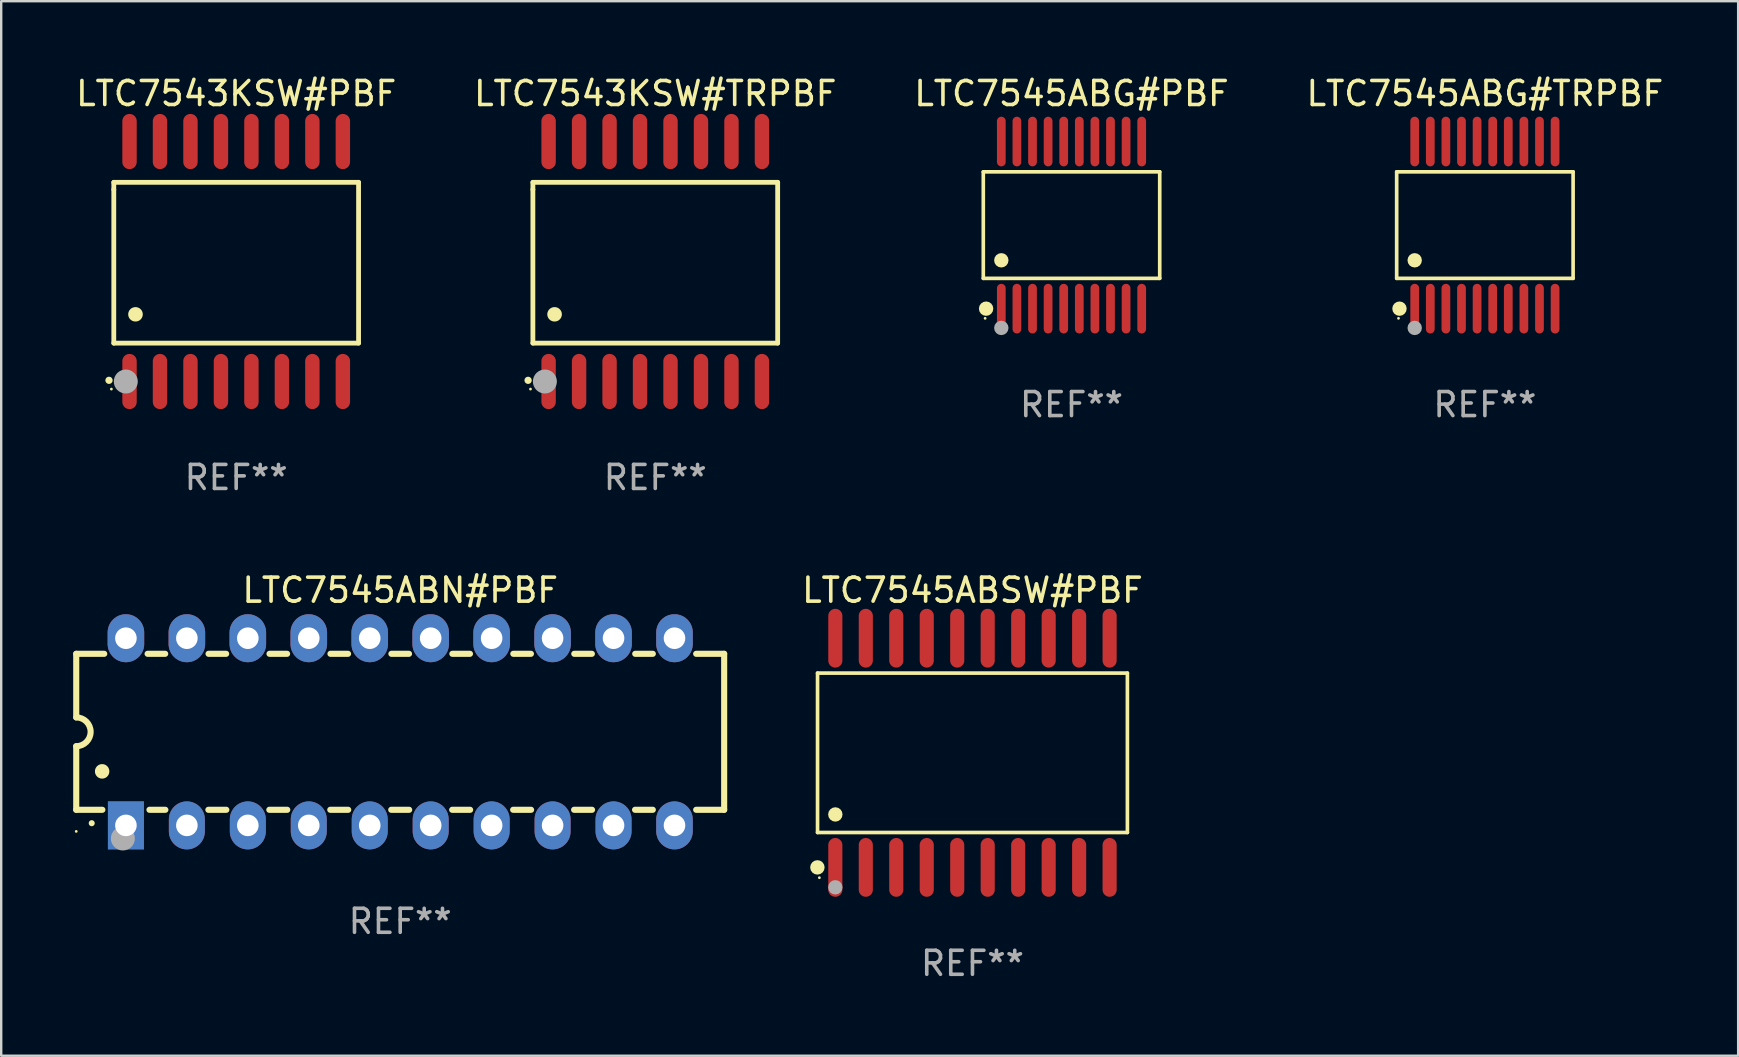
<source format=kicad_pcb>
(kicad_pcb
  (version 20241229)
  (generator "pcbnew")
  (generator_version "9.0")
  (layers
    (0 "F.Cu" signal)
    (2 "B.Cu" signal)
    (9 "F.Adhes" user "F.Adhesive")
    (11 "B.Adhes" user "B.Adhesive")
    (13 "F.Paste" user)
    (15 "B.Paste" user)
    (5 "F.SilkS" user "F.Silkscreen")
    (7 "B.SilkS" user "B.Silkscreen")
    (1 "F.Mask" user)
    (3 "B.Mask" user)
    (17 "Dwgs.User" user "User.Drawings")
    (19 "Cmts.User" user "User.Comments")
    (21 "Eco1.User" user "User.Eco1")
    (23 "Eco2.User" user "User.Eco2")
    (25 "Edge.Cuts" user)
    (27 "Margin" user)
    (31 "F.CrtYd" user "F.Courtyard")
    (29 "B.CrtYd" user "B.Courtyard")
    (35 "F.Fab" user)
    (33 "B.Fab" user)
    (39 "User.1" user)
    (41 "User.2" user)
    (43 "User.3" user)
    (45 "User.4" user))
  (footprint "LTC7545ABG#TRPBF"
    (layer "F.Cu")
    (at 58.827 6.33)
    (property "Reference" "LTC7545ABG#TRPBF" (at 0 -5.482 0) (layer "F.SilkS") (effects (font (size 1 1) (thickness 0.15))))
    (attr through_hole)
    (fp_line (start -3.676 -2.219) (end 3.676 -2.219) (stroke (width 0.152) (type solid)) (layer "F.SilkS"))
    (fp_line (start -3.676 2.219) (end -3.676 -2.219) (stroke (width 0.152) (type solid)) (layer "F.SilkS"))
    (fp_line (start 3.676 -2.219) (end 3.676 2.219) (stroke (width 0.152) (type solid)) (layer "F.SilkS"))
    (fp_line (start 3.676 2.219) (end -3.676 2.219) (stroke (width 0.152) (type solid)) (layer "F.SilkS"))
    (fp_circle (center -3.6 3.885) (end -3.57 3.885) (stroke (width 0.06) (type solid)) (fill no) (layer "F.SilkS"))
    (fp_circle (center -3.559 3.482) (end -3.409 3.482) (stroke (width 0.3) (type solid)) (fill no) (layer "F.SilkS"))
    (fp_circle (center -2.925 1.467) (end -2.775 1.467) (stroke (width 0.3) (type solid)) (fill no) (layer "F.SilkS"))
    (fp_circle (center -2.925 4.285) (end -2.775 4.285) (stroke (width 0.3) (type solid)) (fill no) (layer "F.Fab"))
    (fp_text user "REF**" (at 0 7.482 0) (layer "F.Fab") (effects (font (size 1 1) (thickness 0.15))))
    (pad "1" smd oval (at -2.925 3.482) (size 0.364 2.069) (layers "F.Cu" "F.Mask" "F.Paste"))
    (pad "2" smd oval (at -2.275 3.482) (size 0.364 2.069) (layers "F.Cu" "F.Mask" "F.Paste"))
    (pad "3" smd oval (at -1.625 3.482) (size 0.364 2.069) (layers "F.Cu" "F.Mask" "F.Paste"))
    (pad "4" smd oval (at -0.975 3.482) (size 0.364 2.069) (layers "F.Cu" "F.Mask" "F.Paste"))
    (pad "5" smd oval (at -0.325 3.482) (size 0.364 2.069) (layers "F.Cu" "F.Mask" "F.Paste"))
    (pad "6" smd oval (at 0.325 3.482) (size 0.364 2.069) (layers "F.Cu" "F.Mask" "F.Paste"))
    (pad "7" smd oval (at 0.975 3.482) (size 0.364 2.069) (layers "F.Cu" "F.Mask" "F.Paste"))
    (pad "8" smd oval (at 1.625 3.482) (size 0.364 2.069) (layers "F.Cu" "F.Mask" "F.Paste"))
    (pad "9" smd oval (at 2.275 3.482) (size 0.364 2.069) (layers "F.Cu" "F.Mask" "F.Paste"))
    (pad "10" smd oval (at 2.925 3.482) (size 0.364 2.069) (layers "F.Cu" "F.Mask" "F.Paste"))
    (pad "11" smd oval (at 2.925 -3.482) (size 0.364 2.069) (layers "F.Cu" "F.Mask" "F.Paste"))
    (pad "12" smd oval (at 2.275 -3.482) (size 0.364 2.069) (layers "F.Cu" "F.Mask" "F.Paste"))
    (pad "13" smd oval (at 1.625 -3.482) (size 0.364 2.069) (layers "F.Cu" "F.Mask" "F.Paste"))
    (pad "14" smd oval (at 0.975 -3.482) (size 0.364 2.069) (layers "F.Cu" "F.Mask" "F.Paste"))
    (pad "15" smd oval (at 0.325 -3.482) (size 0.364 2.069) (layers "F.Cu" "F.Mask" "F.Paste"))
    (pad "16" smd oval (at -0.325 -3.482) (size 0.364 2.069) (layers "F.Cu" "F.Mask" "F.Paste"))
    (pad "17" smd oval (at -0.975 -3.482) (size 0.364 2.069) (layers "F.Cu" "F.Mask" "F.Paste"))
    (pad "18" smd oval (at -1.625 -3.482) (size 0.364 2.069) (layers "F.Cu" "F.Mask" "F.Paste"))
    (pad "19" smd oval (at -2.275 -3.482) (size 0.364 2.069) (layers "F.Cu" "F.Mask" "F.Paste"))
    (pad "20" smd oval (at -2.925 -3.482) (size 0.364 2.069) (layers "F.Cu" "F.Mask" "F.Paste")))
  (footprint "LTC7543KSW#TRPBF"
    (layer "F.Cu")
    (at 24.256 7.848)
    (property "Reference" "LTC7543KSW#TRPBF" (at 0 -7 0) (layer "F.SilkS") (effects (font (size 1 1) (thickness 0.15))))
    (attr through_hole)
    (fp_line (start -5.1 -3.3) (end -5.1 -3) (stroke (width 0.2) (type solid)) (layer "F.SilkS"))
    (fp_line (start -5.1 -3) (end -5.1 3.4) (stroke (width 0.2) (type solid)) (layer "F.SilkS"))
    (fp_line (start -5.1 3.4) (end 5.1 3.4) (stroke (width 0.2) (type solid)) (layer "F.SilkS"))
    (fp_line (start 5.1 -3.3) (end -5.1 -3.3) (stroke (width 0.2) (type solid)) (layer "F.SilkS"))
    (fp_line (start 5.1 3.4) (end 5.1 -3.3) (stroke (width 0.2) (type solid)) (layer "F.SilkS"))
    (fp_arc (start -5.300991 4.950495) (mid -5.299721 4.95049) (end -5.298451 4.950495) (stroke (width 0.3) (type solid)) (layer "F.SilkS"))
    (fp_arc (start -4.2 2.200025) (mid -4.19619 2.200001) (end -4.19238 2.200025) (stroke (width 0.6) (type solid)) (layer "F.SilkS"))
    (fp_circle (center -5.2 5.315) (end -5.17 5.315) (stroke (width 0.06) (type solid)) (fill no) (layer "F.SilkS"))
    (fp_circle (center -4.6 5) (end -4.35 5) (stroke (width 0.5) (type solid)) (fill no) (layer "F.Fab"))
    (fp_text user "REF**" (at 0 9 0) (layer "F.Fab") (effects (font (size 1 1) (thickness 0.15))))
    (pad "1" smd oval (at -4.445 5 180) (size 0.6 2.3) (layers "F.Cu" "F.Mask" "F.Paste"))
    (pad "2" smd oval (at -3.175 5 180) (size 0.6 2.3) (layers "F.Cu" "F.Mask" "F.Paste"))
    (pad "3" smd oval (at -1.905 5 180) (size 0.6 2.3) (layers "F.Cu" "F.Mask" "F.Paste"))
    (pad "4" smd oval (at -0.635 5 180) (size 0.6 2.3) (layers "F.Cu" "F.Mask" "F.Paste"))
    (pad "5" smd oval (at 0.635 5 180) (size 0.6 2.3) (layers "F.Cu" "F.Mask" "F.Paste"))
    (pad "6" smd oval (at 1.905 5 180) (size 0.6 2.3) (layers "F.Cu" "F.Mask" "F.Paste"))
    (pad "7" smd oval (at 3.175 5 180) (size 0.6 2.3) (layers "F.Cu" "F.Mask" "F.Paste"))
    (pad "8" smd oval (at 4.445 5 180) (size 0.6 2.3) (layers "F.Cu" "F.Mask" "F.Paste"))
    (pad "9" smd oval (at 4.445 -5 180) (size 0.6 2.3) (layers "F.Cu" "F.Mask" "F.Paste"))
    (pad "10" smd oval (at 3.175 -5 180) (size 0.6 2.3) (layers "F.Cu" "F.Mask" "F.Paste"))
    (pad "11" smd oval (at 1.905 -5 180) (size 0.6 2.3) (layers "F.Cu" "F.Mask" "F.Paste"))
    (pad "12" smd oval (at 0.635 -5 180) (size 0.6 2.3) (layers "F.Cu" "F.Mask" "F.Paste"))
    (pad "13" smd oval (at -0.635 -5 180) (size 0.6 2.3) (layers "F.Cu" "F.Mask" "F.Paste"))
    (pad "14" smd oval (at -1.905 -5 180) (size 0.6 2.3) (layers "F.Cu" "F.Mask" "F.Paste"))
    (pad "15" smd oval (at -3.175 -5 180) (size 0.6 2.3) (layers "F.Cu" "F.Mask" "F.Paste"))
    (pad "16" smd oval (at -4.445 -5 180) (size 0.6 2.3) (layers "F.Cu" "F.Mask" "F.Paste")))
  (footprint "LTC7545ABG#PBF"
    (layer "F.Cu")
    (at 41.601 6.33)
    (property "Reference" "LTC7545ABG#PBF" (at 0 -5.482 0) (layer "F.SilkS") (effects (font (size 1 1) (thickness 0.15))))
    (attr through_hole)
    (fp_line (start -3.676 -2.219) (end 3.676 -2.219) (stroke (width 0.152) (type solid)) (layer "F.SilkS"))
    (fp_line (start -3.676 2.219) (end -3.676 -2.219) (stroke (width 0.152) (type solid)) (layer "F.SilkS"))
    (fp_line (start 3.676 -2.219) (end 3.676 2.219) (stroke (width 0.152) (type solid)) (layer "F.SilkS"))
    (fp_line (start 3.676 2.219) (end -3.676 2.219) (stroke (width 0.152) (type solid)) (layer "F.SilkS"))
    (fp_circle (center -3.6 3.885) (end -3.57 3.885) (stroke (width 0.06) (type solid)) (fill no) (layer "F.SilkS"))
    (fp_circle (center -3.559 3.482) (end -3.409 3.482) (stroke (width 0.3) (type solid)) (fill no) (layer "F.SilkS"))
    (fp_circle (center -2.925 1.467) (end -2.775 1.467) (stroke (width 0.3) (type solid)) (fill no) (layer "F.SilkS"))
    (fp_circle (center -2.925 4.285) (end -2.775 4.285) (stroke (width 0.3) (type solid)) (fill no) (layer "F.Fab"))
    (fp_text user "REF**" (at 0 7.482 0) (layer "F.Fab") (effects (font (size 1 1) (thickness 0.15))))
    (pad "1" smd oval (at -2.925 3.482) (size 0.364 2.069) (layers "F.Cu" "F.Mask" "F.Paste"))
    (pad "2" smd oval (at -2.275 3.482) (size 0.364 2.069) (layers "F.Cu" "F.Mask" "F.Paste"))
    (pad "3" smd oval (at -1.625 3.482) (size 0.364 2.069) (layers "F.Cu" "F.Mask" "F.Paste"))
    (pad "4" smd oval (at -0.975 3.482) (size 0.364 2.069) (layers "F.Cu" "F.Mask" "F.Paste"))
    (pad "5" smd oval (at -0.325 3.482) (size 0.364 2.069) (layers "F.Cu" "F.Mask" "F.Paste"))
    (pad "6" smd oval (at 0.325 3.482) (size 0.364 2.069) (layers "F.Cu" "F.Mask" "F.Paste"))
    (pad "7" smd oval (at 0.975 3.482) (size 0.364 2.069) (layers "F.Cu" "F.Mask" "F.Paste"))
    (pad "8" smd oval (at 1.625 3.482) (size 0.364 2.069) (layers "F.Cu" "F.Mask" "F.Paste"))
    (pad "9" smd oval (at 2.275 3.482) (size 0.364 2.069) (layers "F.Cu" "F.Mask" "F.Paste"))
    (pad "10" smd oval (at 2.925 3.482) (size 0.364 2.069) (layers "F.Cu" "F.Mask" "F.Paste"))
    (pad "11" smd oval (at 2.925 -3.482) (size 0.364 2.069) (layers "F.Cu" "F.Mask" "F.Paste"))
    (pad "12" smd oval (at 2.275 -3.482) (size 0.364 2.069) (layers "F.Cu" "F.Mask" "F.Paste"))
    (pad "13" smd oval (at 1.625 -3.482) (size 0.364 2.069) (layers "F.Cu" "F.Mask" "F.Paste"))
    (pad "14" smd oval (at 0.975 -3.482) (size 0.364 2.069) (layers "F.Cu" "F.Mask" "F.Paste"))
    (pad "15" smd oval (at 0.325 -3.482) (size 0.364 2.069) (layers "F.Cu" "F.Mask" "F.Paste"))
    (pad "16" smd oval (at -0.325 -3.482) (size 0.364 2.069) (layers "F.Cu" "F.Mask" "F.Paste"))
    (pad "17" smd oval (at -0.975 -3.482) (size 0.364 2.069) (layers "F.Cu" "F.Mask" "F.Paste"))
    (pad "18" smd oval (at -1.625 -3.482) (size 0.364 2.069) (layers "F.Cu" "F.Mask" "F.Paste"))
    (pad "19" smd oval (at -2.275 -3.482) (size 0.364 2.069) (layers "F.Cu" "F.Mask" "F.Paste"))
    (pad "20" smd oval (at -2.925 -3.482) (size 0.364 2.069) (layers "F.Cu" "F.Mask" "F.Paste")))
  (footprint "LTC7545ABN#PBF"
    (layer "F.Cu")
    (at 13.627 27.445)
    (property "Reference" "LTC7545ABN#PBF" (at 0 -5.9 0) (layer "F.SilkS") (effects (font (size 1 1) (thickness 0.15))))
    (attr through_hole)
    (fp_line (start -13.5 -3.25) (end -12.333 -3.25) (stroke (width 0.254) (type solid)) (layer "F.SilkS"))
    (fp_line (start -13.5 -0.6) (end -13.5 -3.25) (stroke (width 0.254) (type solid)) (layer "F.SilkS"))
    (fp_line (start -13.5 3.25) (end -13.5 0.6) (stroke (width 0.254) (type solid)) (layer "F.SilkS"))
    (fp_line (start -13.5 3.25) (end -12.411 3.25) (stroke (width 0.254) (type solid)) (layer "F.SilkS"))
    (fp_line (start -10.527 -3.25) (end -9.793 -3.25) (stroke (width 0.254) (type solid)) (layer "F.SilkS"))
    (fp_line (start -10.449 3.25) (end -9.786 3.25) (stroke (width 0.254) (type solid)) (layer "F.SilkS"))
    (fp_line (start -7.994 3.25) (end -7.246 3.25) (stroke (width 0.254) (type solid)) (layer "F.SilkS"))
    (fp_line (start -7.987 -3.25) (end -7.253 -3.25) (stroke (width 0.254) (type solid)) (layer "F.SilkS"))
    (fp_line (start -5.454 3.25) (end -4.706 3.25) (stroke (width 0.254) (type solid)) (layer "F.SilkS"))
    (fp_line (start -5.447 -3.25) (end -4.713 -3.25) (stroke (width 0.254) (type solid)) (layer "F.SilkS"))
    (fp_line (start -2.914 3.25) (end -2.166 3.25) (stroke (width 0.254) (type solid)) (layer "F.SilkS"))
    (fp_line (start -2.907 -3.25) (end -2.173 -3.25) (stroke (width 0.254) (type solid)) (layer "F.SilkS"))
    (fp_line (start -0.374 3.25) (end 0.374 3.25) (stroke (width 0.254) (type solid)) (layer "F.SilkS"))
    (fp_line (start -0.367 -3.25) (end 0.367 -3.25) (stroke (width 0.254) (type solid)) (layer "F.SilkS"))
    (fp_line (start 2.166 3.25) (end 2.914 3.25) (stroke (width 0.254) (type solid)) (layer "F.SilkS"))
    (fp_line (start 2.173 -3.25) (end 2.907 -3.25) (stroke (width 0.254) (type solid)) (layer "F.SilkS"))
    (fp_line (start 4.706 3.25) (end 5.454 3.25) (stroke (width 0.254) (type solid)) (layer "F.SilkS"))
    (fp_line (start 4.713 -3.25) (end 5.447 -3.25) (stroke (width 0.254) (type solid)) (layer "F.SilkS"))
    (fp_line (start 7.246 3.25) (end 7.994 3.25) (stroke (width 0.254) (type solid)) (layer "F.SilkS"))
    (fp_line (start 7.253 -3.25) (end 7.987 -3.25) (stroke (width 0.254) (type solid)) (layer "F.SilkS"))
    (fp_line (start 9.786 3.25) (end 10.527 3.25) (stroke (width 0.254) (type solid)) (layer "F.SilkS"))
    (fp_line (start 9.793 -3.25) (end 10.527 -3.25) (stroke (width 0.254) (type solid)) (layer "F.SilkS"))
    (fp_line (start 12.333 -3.25) (end 13.5 -3.25) (stroke (width 0.254) (type solid)) (layer "F.SilkS"))
    (fp_line (start 12.333 3.25) (end 13.5 3.25) (stroke (width 0.254) (type solid)) (layer "F.SilkS"))
    (fp_line (start 13.5 -3.25) (end 13.5 3.25) (stroke (width 0.254) (type solid)) (layer "F.SilkS"))
    (fp_arc (start -13.500127 -0.599442) (mid -12.900406 0.000228) (end -13.500025 0.6) (stroke (width 0.254001) (type solid)) (layer "F.SilkS"))
    (fp_arc (start -12.854966 3.810008) (mid -12.854973 3.808738) (end -12.854966 3.807468) (stroke (width 0.25) (type solid)) (layer "F.SilkS"))
    (fp_arc (start -12.420625 1.651003) (mid -12.420636 1.648463) (end -12.420625 1.645923) (stroke (width 0.6) (type solid)) (layer "F.SilkS"))
    (fp_circle (center -13.5 4.15) (end -13.47 4.15) (stroke (width 0.06) (type solid)) (fill no) (layer "F.SilkS"))
    (fp_circle (center -11.557 4.445) (end -11.307 4.445) (stroke (width 0.5) (type solid)) (fill no) (layer "F.Fab"))
    (fp_text user "REF**" (at 0 7.9 0) (layer "F.Fab") (effects (font (size 1 1) (thickness 0.15))))
    (pad "1" thru_hole rect (at -11.43 3.9 90) (size 2 1.5) (drill 0.9) (layers "*.Cu" "*.Mask"))
    (pad "2" thru_hole oval (at -8.89 3.9 90) (size 2 1.5) (drill 0.9) (layers "*.Cu" "*.Mask"))
    (pad "3" thru_hole oval (at -6.35 3.9 90) (size 2 1.5) (drill 0.9) (layers "*.Cu" "*.Mask"))
    (pad "4" thru_hole oval (at -3.81 3.9 90) (size 2 1.5) (drill 0.9) (layers "*.Cu" "*.Mask"))
    (pad "5" thru_hole oval (at -1.27 3.9 90) (size 2 1.5) (drill 0.9) (layers "*.Cu" "*.Mask"))
    (pad "6" thru_hole oval (at 1.27 3.9 90) (size 2 1.5) (drill 0.9) (layers "*.Cu" "*.Mask"))
    (pad "7" thru_hole oval (at 3.81 3.9 90) (size 2 1.5) (drill 0.9) (layers "*.Cu" "*.Mask"))
    (pad "8" thru_hole oval (at 6.35 3.9 90) (size 2 1.5) (drill 0.9) (layers "*.Cu" "*.Mask"))
    (pad "9" thru_hole oval (at 8.89 3.9 90) (size 2 1.5) (drill 0.9) (layers "*.Cu" "*.Mask"))
    (pad "10" thru_hole oval (at 11.43 3.9 90) (size 2 1.524) (drill 0.9) (layers "*.Cu" "*.Mask"))
    (pad "11" thru_hole oval (at 11.43 -3.9 90) (size 2 1.524) (drill 0.9) (layers "*.Cu" "*.Mask"))
    (pad "12" thru_hole oval (at 8.89 -3.9 90) (size 2 1.524) (drill 0.9) (layers "*.Cu" "*.Mask"))
    (pad "13" thru_hole oval (at 6.35 -3.9 90) (size 2 1.524) (drill 0.9) (layers "*.Cu" "*.Mask"))
    (pad "14" thru_hole oval (at 3.81 -3.9 90) (size 2 1.524) (drill 0.9) (layers "*.Cu" "*.Mask"))
    (pad "15" thru_hole oval (at 1.27 -3.9 90) (size 2 1.524) (drill 0.9) (layers "*.Cu" "*.Mask"))
    (pad "16" thru_hole oval (at -1.27 -3.9 90) (size 2 1.524) (drill 0.9) (layers "*.Cu" "*.Mask"))
    (pad "17" thru_hole oval (at -3.81 -3.9 90) (size 2 1.524) (drill 0.9) (layers "*.Cu" "*.Mask"))
    (pad "18" thru_hole oval (at -6.35 -3.9 90) (size 2 1.524) (drill 0.9) (layers "*.Cu" "*.Mask"))
    (pad "19" thru_hole oval (at -8.89 -3.9 90) (size 2 1.524) (drill 0.9) (layers "*.Cu" "*.Mask"))
    (pad "20" thru_hole oval (at -11.43 -3.9 90) (size 2 1.524) (drill 0.9) (layers "*.Cu" "*.Mask")))
  (footprint "LTC7543KSW#PBF"
    (layer "F.Cu")
    (at 6.792 7.848)
    (property "Reference" "LTC7543KSW#PBF" (at 0 -7 0) (layer "F.SilkS") (effects (font (size 1 1) (thickness 0.15))))
    (attr through_hole)
    (fp_line (start -5.1 -3.3) (end -5.1 -3) (stroke (width 0.2) (type solid)) (layer "F.SilkS"))
    (fp_line (start -5.1 -3) (end -5.1 3.4) (stroke (width 0.2) (type solid)) (layer "F.SilkS"))
    (fp_line (start -5.1 3.4) (end 5.1 3.4) (stroke (width 0.2) (type solid)) (layer "F.SilkS"))
    (fp_line (start 5.1 -3.3) (end -5.1 -3.3) (stroke (width 0.2) (type solid)) (layer "F.SilkS"))
    (fp_line (start 5.1 3.4) (end 5.1 -3.3) (stroke (width 0.2) (type solid)) (layer "F.SilkS"))
    (fp_arc (start -5.300991 4.950495) (mid -5.299721 4.95049) (end -5.298451 4.950495) (stroke (width 0.3) (type solid)) (layer "F.SilkS"))
    (fp_arc (start -4.2 2.200025) (mid -4.19619 2.200001) (end -4.19238 2.200025) (stroke (width 0.6) (type solid)) (layer "F.SilkS"))
    (fp_circle (center -5.2 5.315) (end -5.17 5.315) (stroke (width 0.06) (type solid)) (fill no) (layer "F.SilkS"))
    (fp_circle (center -4.6 5) (end -4.35 5) (stroke (width 0.5) (type solid)) (fill no) (layer "F.Fab"))
    (fp_text user "REF**" (at 0 9 0) (layer "F.Fab") (effects (font (size 1 1) (thickness 0.15))))
    (pad "1" smd oval (at -4.445 5 180) (size 0.6 2.3) (layers "F.Cu" "F.Mask" "F.Paste"))
    (pad "2" smd oval (at -3.175 5 180) (size 0.6 2.3) (layers "F.Cu" "F.Mask" "F.Paste"))
    (pad "3" smd oval (at -1.905 5 180) (size 0.6 2.3) (layers "F.Cu" "F.Mask" "F.Paste"))
    (pad "4" smd oval (at -0.635 5 180) (size 0.6 2.3) (layers "F.Cu" "F.Mask" "F.Paste"))
    (pad "5" smd oval (at 0.635 5 180) (size 0.6 2.3) (layers "F.Cu" "F.Mask" "F.Paste"))
    (pad "6" smd oval (at 1.905 5 180) (size 0.6 2.3) (layers "F.Cu" "F.Mask" "F.Paste"))
    (pad "7" smd oval (at 3.175 5 180) (size 0.6 2.3) (layers "F.Cu" "F.Mask" "F.Paste"))
    (pad "8" smd oval (at 4.445 5 180) (size 0.6 2.3) (layers "F.Cu" "F.Mask" "F.Paste"))
    (pad "9" smd oval (at 4.445 -5 180) (size 0.6 2.3) (layers "F.Cu" "F.Mask" "F.Paste"))
    (pad "10" smd oval (at 3.175 -5 180) (size 0.6 2.3) (layers "F.Cu" "F.Mask" "F.Paste"))
    (pad "11" smd oval (at 1.905 -5 180) (size 0.6 2.3) (layers "F.Cu" "F.Mask" "F.Paste"))
    (pad "12" smd oval (at 0.635 -5 180) (size 0.6 2.3) (layers "F.Cu" "F.Mask" "F.Paste"))
    (pad "13" smd oval (at -0.635 -5 180) (size 0.6 2.3) (layers "F.Cu" "F.Mask" "F.Paste"))
    (pad "14" smd oval (at -1.905 -5 180) (size 0.6 2.3) (layers "F.Cu" "F.Mask" "F.Paste"))
    (pad "15" smd oval (at -3.175 -5 180) (size 0.6 2.3) (layers "F.Cu" "F.Mask" "F.Paste"))
    (pad "16" smd oval (at -4.445 -5 180) (size 0.6 2.3) (layers "F.Cu" "F.Mask" "F.Paste")))
  (footprint "LTC7545ABSW#PBF"
    (layer "F.Cu")
    (at 37.474 28.32)
    (property "Reference" "LTC7545ABSW#PBF" (at 0 -6.775 0) (layer "F.SilkS") (effects (font (size 1 1) (thickness 0.15))))
    (attr through_hole)
    (fp_line (start -6.456 -3.321) (end 6.456 -3.321) (stroke (width 0.152) (type solid)) (layer "F.SilkS"))
    (fp_line (start -6.456 3.321) (end -6.456 -3.321) (stroke (width 0.152) (type solid)) (layer "F.SilkS"))
    (fp_line (start 6.456 -3.321) (end 6.456 3.321) (stroke (width 0.152) (type solid)) (layer "F.SilkS"))
    (fp_line (start 6.456 3.321) (end -6.456 3.321) (stroke (width 0.152) (type solid)) (layer "F.SilkS"))
    (fp_circle (center -6.462 4.775) (end -6.311 4.775) (stroke (width 0.3) (type solid)) (fill no) (layer "F.SilkS"))
    (fp_circle (center -6.38 5.205) (end -6.35 5.205) (stroke (width 0.06) (type solid)) (fill no) (layer "F.SilkS"))
    (fp_circle (center -5.715 2.569) (end -5.565 2.569) (stroke (width 0.3) (type solid)) (fill no) (layer "F.SilkS"))
    (fp_circle (center -5.715 5.605) (end -5.565 5.605) (stroke (width 0.3) (type solid)) (fill no) (layer "F.Fab"))
    (fp_text user "REF**" (at 0 8.775 0) (layer "F.Fab") (effects (font (size 1 1) (thickness 0.15))))
    (pad "1" smd oval (at -5.715 4.775) (size 0.588 2.45) (layers "F.Cu" "F.Mask" "F.Paste"))
    (pad "2" smd oval (at -4.445 4.775) (size 0.588 2.45) (layers "F.Cu" "F.Mask" "F.Paste"))
    (pad "3" smd oval (at -3.175 4.775) (size 0.588 2.45) (layers "F.Cu" "F.Mask" "F.Paste"))
    (pad "4" smd oval (at -1.905 4.775) (size 0.588 2.45) (layers "F.Cu" "F.Mask" "F.Paste"))
    (pad "5" smd oval (at -0.635 4.775) (size 0.588 2.45) (layers "F.Cu" "F.Mask" "F.Paste"))
    (pad "6" smd oval (at 0.635 4.775) (size 0.588 2.45) (layers "F.Cu" "F.Mask" "F.Paste"))
    (pad "7" smd oval (at 1.905 4.775) (size 0.588 2.45) (layers "F.Cu" "F.Mask" "F.Paste"))
    (pad "8" smd oval (at 3.175 4.775) (size 0.588 2.45) (layers "F.Cu" "F.Mask" "F.Paste"))
    (pad "9" smd oval (at 4.445 4.775) (size 0.588 2.45) (layers "F.Cu" "F.Mask" "F.Paste"))
    (pad "10" smd oval (at 5.715 4.775) (size 0.588 2.45) (layers "F.Cu" "F.Mask" "F.Paste"))
    (pad "11" smd oval (at 5.715 -4.775) (size 0.588 2.45) (layers "F.Cu" "F.Mask" "F.Paste"))
    (pad "12" smd oval (at 4.445 -4.775) (size 0.588 2.45) (layers "F.Cu" "F.Mask" "F.Paste"))
    (pad "13" smd oval (at 3.175 -4.775) (size 0.588 2.45) (layers "F.Cu" "F.Mask" "F.Paste"))
    (pad "14" smd oval (at 1.905 -4.775) (size 0.588 2.45) (layers "F.Cu" "F.Mask" "F.Paste"))
    (pad "15" smd oval (at 0.635 -4.775) (size 0.588 2.45) (layers "F.Cu" "F.Mask" "F.Paste"))
    (pad "16" smd oval (at -0.635 -4.775) (size 0.588 2.45) (layers "F.Cu" "F.Mask" "F.Paste"))
    (pad "17" smd oval (at -1.905 -4.775) (size 0.588 2.45) (layers "F.Cu" "F.Mask" "F.Paste"))
    (pad "18" smd oval (at -3.175 -4.775) (size 0.588 2.45) (layers "F.Cu" "F.Mask" "F.Paste"))
    (pad "19" smd oval (at -4.445 -4.775) (size 0.588 2.45) (layers "F.Cu" "F.Mask" "F.Paste"))
    (pad "20" smd oval (at -5.715 -4.775) (size 0.588 2.45) (layers "F.Cu" "F.Mask" "F.Paste")))
  (gr_rect
    (start -3 -3)
    (end 69.381 40.943)
    (stroke (width 0.1) (type default))
    (fill no)
    (layer "Edge.Cuts")))
</source>
